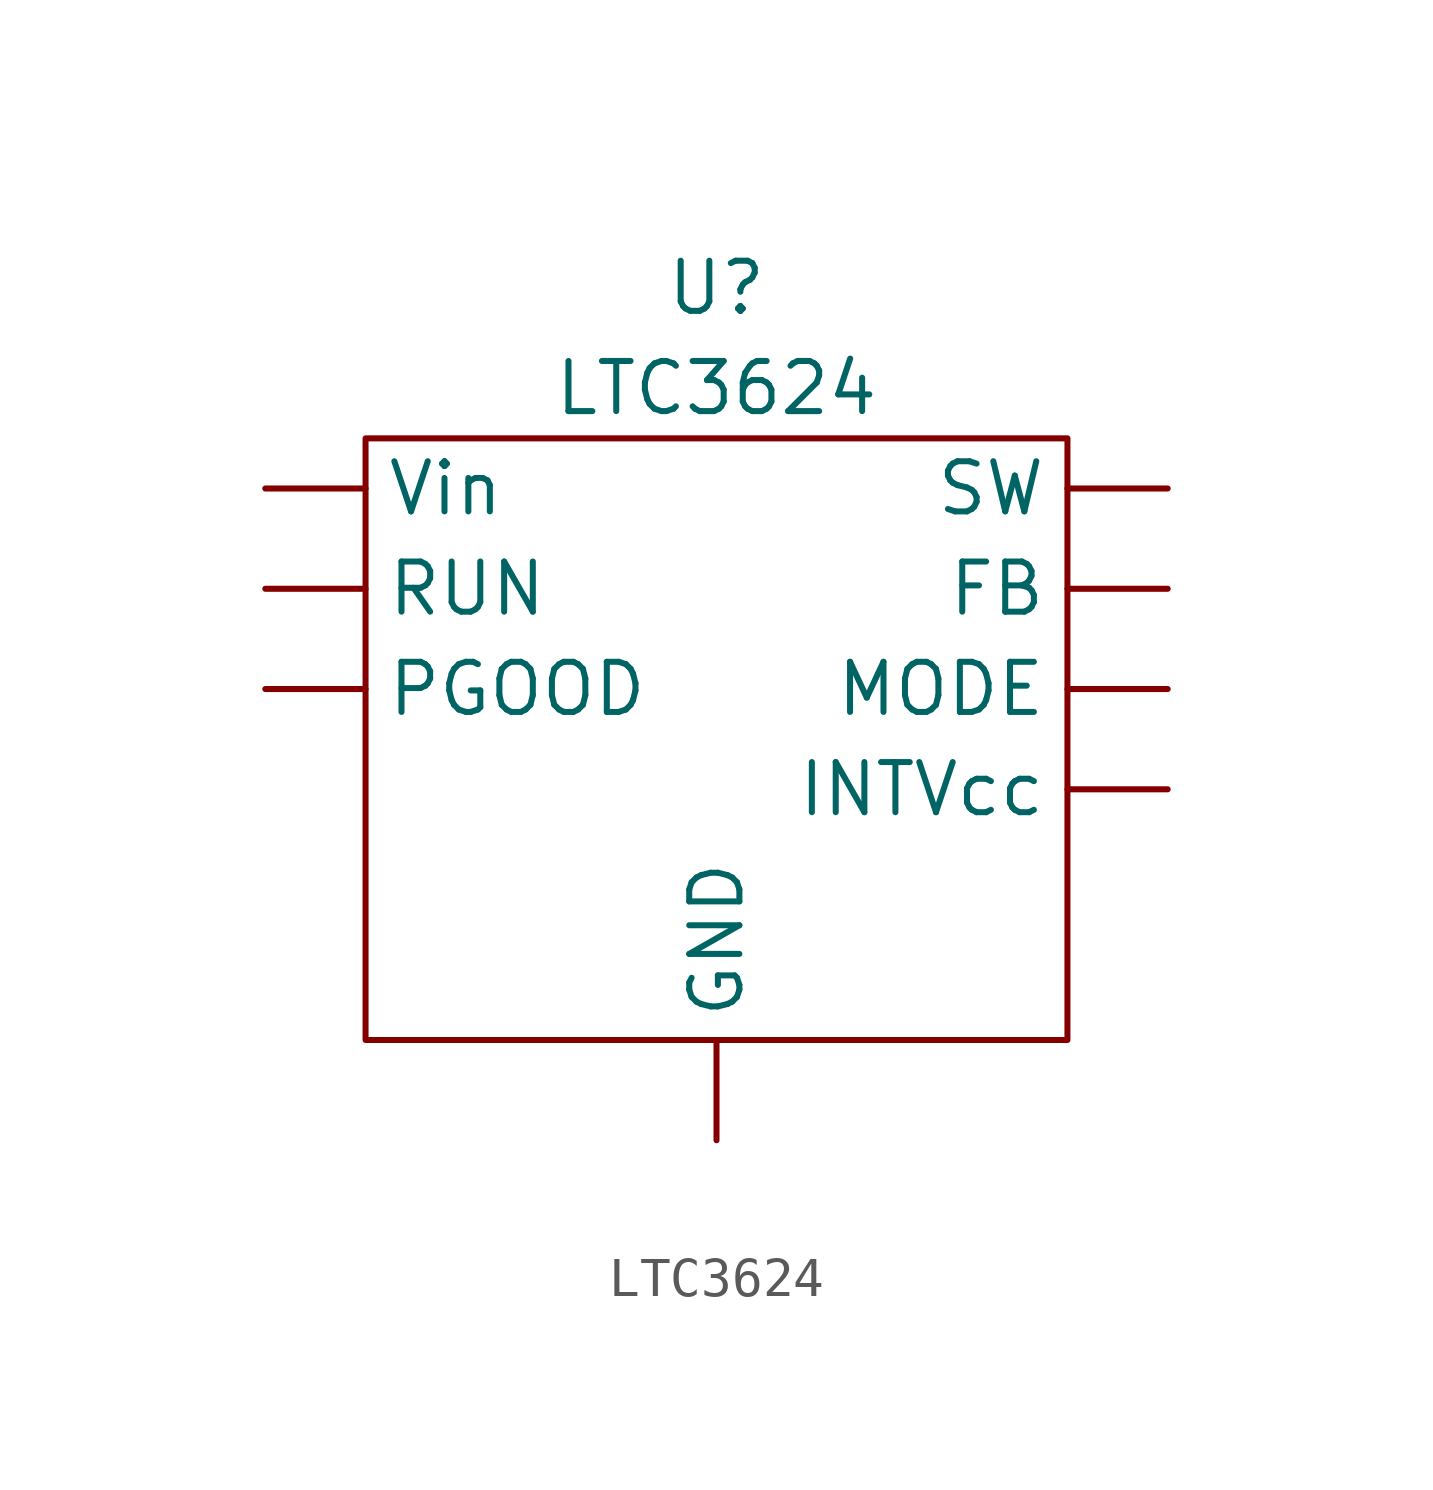
<source format=kicad_sym>
(kicad_symbol_lib
  (version 20211014)
  (generator kicad_symbol_editor)
  (symbol "LTC3624"
    (pin_numbers hide)
    (property "Reference" "U"
      (at 0 1.27 0)
      (effects (font (size 1.27 1.27))))
    (property "Value" "LTC3624"
      (at 0 -1.27 0)
      (effects (font (size 1.27 1.27))))
    (symbol "LTC3624_0_1"
      (rectangle (start -8.89 -2.54) (end 8.89 -17.78) (stroke (width 0) (type default) (color 0 0 0 0)) (fill (type none))))
    (symbol "LTC3624_1_1"
      (pin output line (at 11.43 -3.81 180) (length 2.54) (name "SW" (effects (font (size 1.27 1.27)))) (number "1" (effects (font (size 1.27 1.27)))))
      (pin input line (at -11.43 -3.81 0) (length 2.54) (name "Vin" (effects (font (size 1.27 1.27)))) (number "2" (effects (font (size 1.27 1.27)))))
      (pin input line (at -11.43 -6.35 0) (length 2.54) (name "RUN" (effects (font (size 1.27 1.27)))) (number "3" (effects (font (size 1.27 1.27)))))
      (pin output line (at -11.43 -8.89 0) (length 2.54) (name "PGOOD" (effects (font (size 1.27 1.27)))) (number "4" (effects (font (size 1.27 1.27)))))
      (pin input line (at 11.43 -6.35 180) (length 2.54) (name "FB" (effects (font (size 1.27 1.27)))) (number "5" (effects (font (size 1.27 1.27)))))
      (pin output line (at 11.43 -11.43 180) (length 2.54) (name "INTVcc" (effects (font (size 1.27 1.27)))) (number "6" (effects (font (size 1.27 1.27)))))
      (pin input line (at 11.43 -8.89 180) (length 2.54) (name "MODE" (effects (font (size 1.27 1.27)))) (number "7" (effects (font (size 1.27 1.27)))))
      (pin output line (at 0 -20.32 90) (length 2.54) (name "GND" (effects (font (size 1.27 1.27)))) (number "8" (effects (font (size 1.27 1.27)))))
      (pin output line (at 0 -20.32 90) (length 2.54) hide (name "GND" (effects (font (size 1.27 1.27)))) (number "9" (effects (font (size 1.27 1.27))))))))
</source>
